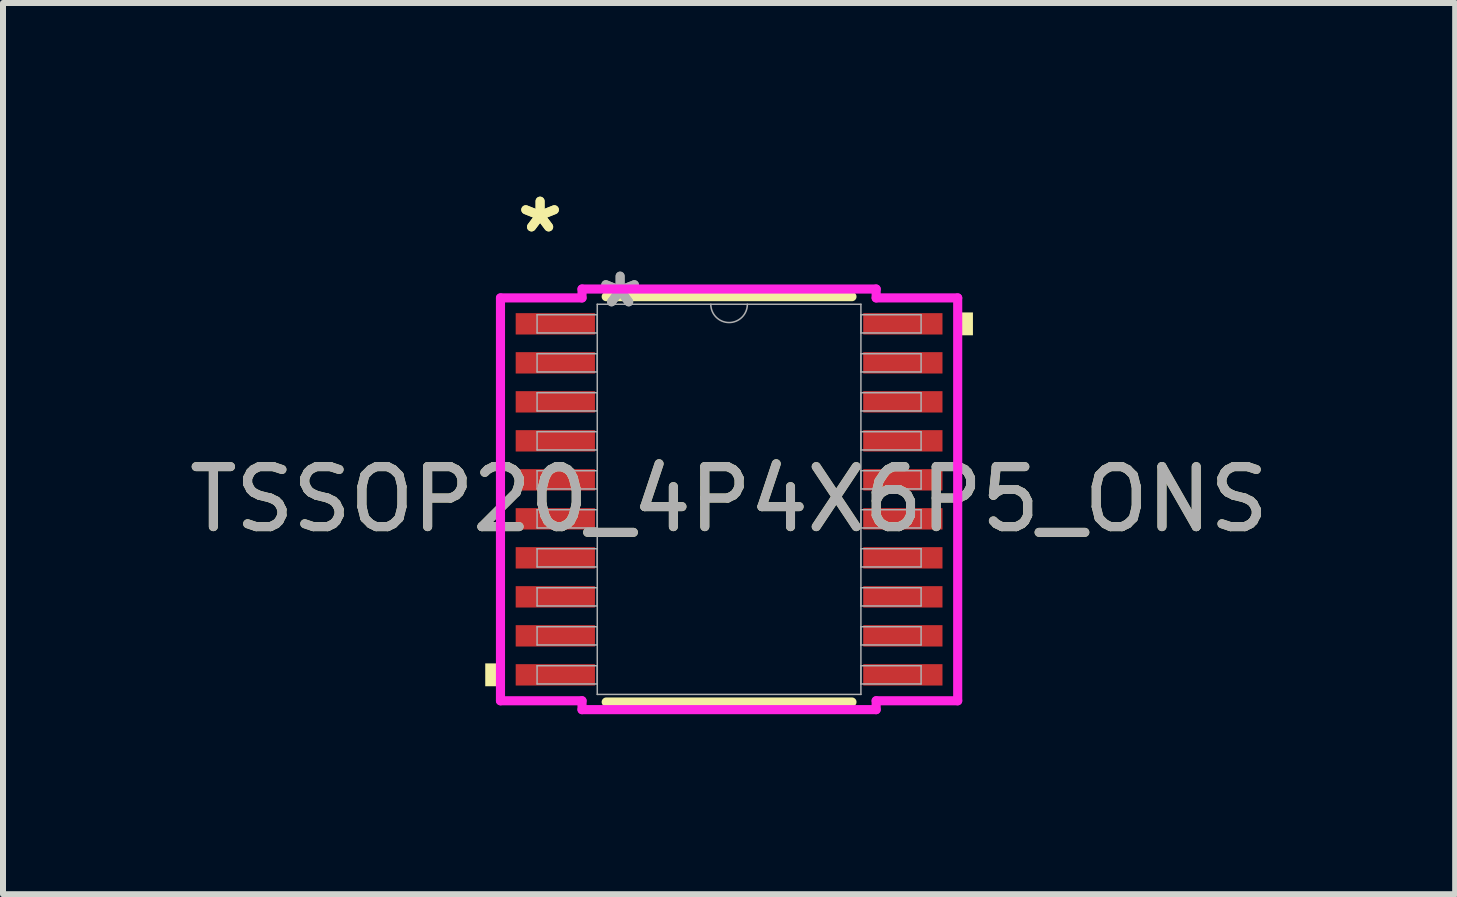
<source format=kicad_pcb>
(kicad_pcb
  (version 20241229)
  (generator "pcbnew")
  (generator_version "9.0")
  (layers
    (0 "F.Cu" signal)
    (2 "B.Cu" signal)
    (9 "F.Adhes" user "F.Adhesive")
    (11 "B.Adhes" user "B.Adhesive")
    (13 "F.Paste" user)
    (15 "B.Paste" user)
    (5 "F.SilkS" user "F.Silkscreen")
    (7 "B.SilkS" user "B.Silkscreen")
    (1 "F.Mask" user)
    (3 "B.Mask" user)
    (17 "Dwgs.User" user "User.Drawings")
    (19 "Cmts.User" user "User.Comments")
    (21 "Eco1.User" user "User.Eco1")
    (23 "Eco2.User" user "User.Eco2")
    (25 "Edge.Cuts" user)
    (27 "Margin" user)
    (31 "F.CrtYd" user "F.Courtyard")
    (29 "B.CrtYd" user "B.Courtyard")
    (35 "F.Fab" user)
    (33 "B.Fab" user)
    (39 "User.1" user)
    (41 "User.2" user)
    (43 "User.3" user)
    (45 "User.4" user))
  (footprint "TSSOP20_4P4X6P5_ONS"
    (layer "F.Cu")
    (at 9.101 5.272)
    (property "Reference" "TSSOP20_4P4X6P5_ONS" (at 0 0 0) (unlocked yes) (layer "F.SilkS") (effects (font (size 1 1) (thickness 0.15))))
    (attr smd)
    (fp_line (start -2.048 3.378) (end 2.048 3.378) (stroke (width 0.152) (type solid)) (layer "F.SilkS"))
    (fp_line (start 2.048 -3.378) (end -2.048 -3.378) (stroke (width 0.152) (type solid)) (layer "F.SilkS"))
    (fp_poly (pts (xy -4.064 2.734) (xy -4.064 3.115) (xy -3.81 3.115) (xy -3.81 2.734)) (stroke (width 0) (type solid)) (fill yes) (layer "F.SilkS"))
    (fp_poly (pts (xy 4.064 -3.115) (xy 4.064 -2.734) (xy 3.81 -2.734) (xy 3.81 -3.115)) (stroke (width 0) (type solid)) (fill yes) (layer "F.SilkS"))
    (fp_line (start -3.81 -3.357) (end -2.451 -3.357) (stroke (width 0.152) (type solid)) (layer "F.CrtYd"))
    (fp_line (start -3.81 3.357) (end -3.81 -3.357) (stroke (width 0.152) (type solid)) (layer "F.CrtYd"))
    (fp_line (start -3.81 3.357) (end -2.451 3.357) (stroke (width 0.152) (type solid)) (layer "F.CrtYd"))
    (fp_line (start -2.451 -3.505) (end 2.451 -3.505) (stroke (width 0.152) (type solid)) (layer "F.CrtYd"))
    (fp_line (start -2.451 -3.357) (end -2.451 -3.505) (stroke (width 0.152) (type solid)) (layer "F.CrtYd"))
    (fp_line (start -2.451 3.505) (end -2.451 3.357) (stroke (width 0.152) (type solid)) (layer "F.CrtYd"))
    (fp_line (start 2.451 -3.505) (end 2.451 -3.357) (stroke (width 0.152) (type solid)) (layer "F.CrtYd"))
    (fp_line (start 2.451 3.357) (end 2.451 3.505) (stroke (width 0.152) (type solid)) (layer "F.CrtYd"))
    (fp_line (start 2.451 3.505) (end -2.451 3.505) (stroke (width 0.152) (type solid)) (layer "F.CrtYd"))
    (fp_line (start 3.81 -3.357) (end 2.451 -3.357) (stroke (width 0.152) (type solid)) (layer "F.CrtYd"))
    (fp_line (start 3.81 -3.357) (end 3.81 3.357) (stroke (width 0.152) (type solid)) (layer "F.CrtYd"))
    (fp_line (start 3.81 3.357) (end 2.451 3.357) (stroke (width 0.152) (type solid)) (layer "F.CrtYd"))
    (fp_line (start -3.2 -3.077) (end -3.2 -2.773) (stroke (width 0.025) (type solid)) (layer "F.Fab"))
    (fp_line (start -3.2 -2.773) (end -2.197 -2.773) (stroke (width 0.025) (type solid)) (layer "F.Fab"))
    (fp_line (start -3.2 -2.427) (end -3.2 -2.123) (stroke (width 0.025) (type solid)) (layer "F.Fab"))
    (fp_line (start -3.2 -2.123) (end -2.197 -2.123) (stroke (width 0.025) (type solid)) (layer "F.Fab"))
    (fp_line (start -3.2 -1.777) (end -3.2 -1.473) (stroke (width 0.025) (type solid)) (layer "F.Fab"))
    (fp_line (start -3.2 -1.473) (end -2.197 -1.473) (stroke (width 0.025) (type solid)) (layer "F.Fab"))
    (fp_line (start -3.2 -1.127) (end -3.2 -0.823) (stroke (width 0.025) (type solid)) (layer "F.Fab"))
    (fp_line (start -3.2 -0.823) (end -2.197 -0.823) (stroke (width 0.025) (type solid)) (layer "F.Fab"))
    (fp_line (start -3.2 -0.477) (end -3.2 -0.173) (stroke (width 0.025) (type solid)) (layer "F.Fab"))
    (fp_line (start -3.2 -0.173) (end -2.197 -0.173) (stroke (width 0.025) (type solid)) (layer "F.Fab"))
    (fp_line (start -3.2 0.173) (end -3.2 0.477) (stroke (width 0.025) (type solid)) (layer "F.Fab"))
    (fp_line (start -3.2 0.477) (end -2.197 0.477) (stroke (width 0.025) (type solid)) (layer "F.Fab"))
    (fp_line (start -3.2 0.823) (end -3.2 1.127) (stroke (width 0.025) (type solid)) (layer "F.Fab"))
    (fp_line (start -3.2 1.127) (end -2.197 1.127) (stroke (width 0.025) (type solid)) (layer "F.Fab"))
    (fp_line (start -3.2 1.473) (end -3.2 1.777) (stroke (width 0.025) (type solid)) (layer "F.Fab"))
    (fp_line (start -3.2 1.777) (end -2.197 1.777) (stroke (width 0.025) (type solid)) (layer "F.Fab"))
    (fp_line (start -3.2 2.123) (end -3.2 2.427) (stroke (width 0.025) (type solid)) (layer "F.Fab"))
    (fp_line (start -3.2 2.427) (end -2.197 2.427) (stroke (width 0.025) (type solid)) (layer "F.Fab"))
    (fp_line (start -3.2 2.773) (end -3.2 3.077) (stroke (width 0.025) (type solid)) (layer "F.Fab"))
    (fp_line (start -3.2 3.077) (end -2.197 3.077) (stroke (width 0.025) (type solid)) (layer "F.Fab"))
    (fp_line (start -2.197 -3.251) (end -2.197 3.251) (stroke (width 0.025) (type solid)) (layer "F.Fab"))
    (fp_line (start -2.197 -3.077) (end -3.2 -3.077) (stroke (width 0.025) (type solid)) (layer "F.Fab"))
    (fp_line (start -2.197 -2.773) (end -2.197 -3.077) (stroke (width 0.025) (type solid)) (layer "F.Fab"))
    (fp_line (start -2.197 -2.427) (end -3.2 -2.427) (stroke (width 0.025) (type solid)) (layer "F.Fab"))
    (fp_line (start -2.197 -2.123) (end -2.197 -2.427) (stroke (width 0.025) (type solid)) (layer "F.Fab"))
    (fp_line (start -2.197 -1.777) (end -3.2 -1.777) (stroke (width 0.025) (type solid)) (layer "F.Fab"))
    (fp_line (start -2.197 -1.473) (end -2.197 -1.777) (stroke (width 0.025) (type solid)) (layer "F.Fab"))
    (fp_line (start -2.197 -1.127) (end -3.2 -1.127) (stroke (width 0.025) (type solid)) (layer "F.Fab"))
    (fp_line (start -2.197 -0.823) (end -2.197 -1.127) (stroke (width 0.025) (type solid)) (layer "F.Fab"))
    (fp_line (start -2.197 -0.477) (end -3.2 -0.477) (stroke (width 0.025) (type solid)) (layer "F.Fab"))
    (fp_line (start -2.197 -0.173) (end -2.197 -0.477) (stroke (width 0.025) (type solid)) (layer "F.Fab"))
    (fp_line (start -2.197 0.173) (end -3.2 0.173) (stroke (width 0.025) (type solid)) (layer "F.Fab"))
    (fp_line (start -2.197 0.477) (end -2.197 0.173) (stroke (width 0.025) (type solid)) (layer "F.Fab"))
    (fp_line (start -2.197 0.823) (end -3.2 0.823) (stroke (width 0.025) (type solid)) (layer "F.Fab"))
    (fp_line (start -2.197 1.127) (end -2.197 0.823) (stroke (width 0.025) (type solid)) (layer "F.Fab"))
    (fp_line (start -2.197 1.473) (end -3.2 1.473) (stroke (width 0.025) (type solid)) (layer "F.Fab"))
    (fp_line (start -2.197 1.777) (end -2.197 1.473) (stroke (width 0.025) (type solid)) (layer "F.Fab"))
    (fp_line (start -2.197 2.123) (end -3.2 2.123) (stroke (width 0.025) (type solid)) (layer "F.Fab"))
    (fp_line (start -2.197 2.427) (end -2.197 2.123) (stroke (width 0.025) (type solid)) (layer "F.Fab"))
    (fp_line (start -2.197 2.773) (end -3.2 2.773) (stroke (width 0.025) (type solid)) (layer "F.Fab"))
    (fp_line (start -2.197 3.077) (end -2.197 2.773) (stroke (width 0.025) (type solid)) (layer "F.Fab"))
    (fp_line (start -2.197 3.251) (end 2.197 3.251) (stroke (width 0.025) (type solid)) (layer "F.Fab"))
    (fp_line (start 2.197 -3.251) (end -2.197 -3.251) (stroke (width 0.025) (type solid)) (layer "F.Fab"))
    (fp_line (start 2.197 -3.077) (end 2.197 -2.773) (stroke (width 0.025) (type solid)) (layer "F.Fab"))
    (fp_line (start 2.197 -2.773) (end 3.2 -2.773) (stroke (width 0.025) (type solid)) (layer "F.Fab"))
    (fp_line (start 2.197 -2.427) (end 2.197 -2.123) (stroke (width 0.025) (type solid)) (layer "F.Fab"))
    (fp_line (start 2.197 -2.123) (end 3.2 -2.123) (stroke (width 0.025) (type solid)) (layer "F.Fab"))
    (fp_line (start 2.197 -1.777) (end 2.197 -1.473) (stroke (width 0.025) (type solid)) (layer "F.Fab"))
    (fp_line (start 2.197 -1.473) (end 3.2 -1.473) (stroke (width 0.025) (type solid)) (layer "F.Fab"))
    (fp_line (start 2.197 -1.127) (end 2.197 -0.823) (stroke (width 0.025) (type solid)) (layer "F.Fab"))
    (fp_line (start 2.197 -0.823) (end 3.2 -0.823) (stroke (width 0.025) (type solid)) (layer "F.Fab"))
    (fp_line (start 2.197 -0.477) (end 2.197 -0.173) (stroke (width 0.025) (type solid)) (layer "F.Fab"))
    (fp_line (start 2.197 -0.173) (end 3.2 -0.173) (stroke (width 0.025) (type solid)) (layer "F.Fab"))
    (fp_line (start 2.197 0.173) (end 2.197 0.477) (stroke (width 0.025) (type solid)) (layer "F.Fab"))
    (fp_line (start 2.197 0.477) (end 3.2 0.477) (stroke (width 0.025) (type solid)) (layer "F.Fab"))
    (fp_line (start 2.197 0.823) (end 2.197 1.127) (stroke (width 0.025) (type solid)) (layer "F.Fab"))
    (fp_line (start 2.197 1.127) (end 3.2 1.127) (stroke (width 0.025) (type solid)) (layer "F.Fab"))
    (fp_line (start 2.197 1.473) (end 2.197 1.777) (stroke (width 0.025) (type solid)) (layer "F.Fab"))
    (fp_line (start 2.197 1.777) (end 3.2 1.777) (stroke (width 0.025) (type solid)) (layer "F.Fab"))
    (fp_line (start 2.197 2.123) (end 2.197 2.427) (stroke (width 0.025) (type solid)) (layer "F.Fab"))
    (fp_line (start 2.197 2.427) (end 3.2 2.427) (stroke (width 0.025) (type solid)) (layer "F.Fab"))
    (fp_line (start 2.197 2.773) (end 2.197 3.077) (stroke (width 0.025) (type solid)) (layer "F.Fab"))
    (fp_line (start 2.197 3.077) (end 3.2 3.077) (stroke (width 0.025) (type solid)) (layer "F.Fab"))
    (fp_line (start 2.197 3.251) (end 2.197 -3.251) (stroke (width 0.025) (type solid)) (layer "F.Fab"))
    (fp_line (start 3.2 -3.077) (end 2.197 -3.077) (stroke (width 0.025) (type solid)) (layer "F.Fab"))
    (fp_line (start 3.2 -2.773) (end 3.2 -3.077) (stroke (width 0.025) (type solid)) (layer "F.Fab"))
    (fp_line (start 3.2 -2.427) (end 2.197 -2.427) (stroke (width 0.025) (type solid)) (layer "F.Fab"))
    (fp_line (start 3.2 -2.123) (end 3.2 -2.427) (stroke (width 0.025) (type solid)) (layer "F.Fab"))
    (fp_line (start 3.2 -1.777) (end 2.197 -1.777) (stroke (width 0.025) (type solid)) (layer "F.Fab"))
    (fp_line (start 3.2 -1.473) (end 3.2 -1.777) (stroke (width 0.025) (type solid)) (layer "F.Fab"))
    (fp_line (start 3.2 -1.127) (end 2.197 -1.127) (stroke (width 0.025) (type solid)) (layer "F.Fab"))
    (fp_line (start 3.2 -0.823) (end 3.2 -1.127) (stroke (width 0.025) (type solid)) (layer "F.Fab"))
    (fp_line (start 3.2 -0.477) (end 2.197 -0.477) (stroke (width 0.025) (type solid)) (layer "F.Fab"))
    (fp_line (start 3.2 -0.173) (end 3.2 -0.477) (stroke (width 0.025) (type solid)) (layer "F.Fab"))
    (fp_line (start 3.2 0.173) (end 2.197 0.173) (stroke (width 0.025) (type solid)) (layer "F.Fab"))
    (fp_line (start 3.2 0.477) (end 3.2 0.173) (stroke (width 0.025) (type solid)) (layer "F.Fab"))
    (fp_line (start 3.2 0.823) (end 2.197 0.823) (stroke (width 0.025) (type solid)) (layer "F.Fab"))
    (fp_line (start 3.2 1.127) (end 3.2 0.823) (stroke (width 0.025) (type solid)) (layer "F.Fab"))
    (fp_line (start 3.2 1.473) (end 2.197 1.473) (stroke (width 0.025) (type solid)) (layer "F.Fab"))
    (fp_line (start 3.2 1.777) (end 3.2 1.473) (stroke (width 0.025) (type solid)) (layer "F.Fab"))
    (fp_line (start 3.2 2.123) (end 2.197 2.123) (stroke (width 0.025) (type solid)) (layer "F.Fab"))
    (fp_line (start 3.2 2.427) (end 3.2 2.123) (stroke (width 0.025) (type solid)) (layer "F.Fab"))
    (fp_line (start 3.2 2.773) (end 2.197 2.773) (stroke (width 0.025) (type solid)) (layer "F.Fab"))
    (fp_line (start 3.2 3.077) (end 3.2 2.773) (stroke (width 0.025) (type solid)) (layer "F.Fab"))
    (fp_arc (start 0.3048 -3.2512) (mid 0 -2.9464) (end -0.3048 -3.2512) (stroke (width 0.0254) (type solid)) (layer "F.Fab"))
    (fp_text user "*" (at -3.15 -4.424 0) (unlocked yes) (layer "F.SilkS") (effects (font (size 1 1) (thickness 0.15))))
    (fp_text user "*" (at -3.15 -4.424 0) (layer "F.SilkS") (effects (font (size 1 1) (thickness 0.15))))
    (fp_text user "*" (at -1.816 -3.175 0) (unlocked yes) (layer "F.Fab") (effects (font (size 1 1) (thickness 0.15))))
    (fp_text user "${REFERENCE}" (at 0 0 0) (unlocked yes) (layer "F.Fab") (effects (font (size 1 1) (thickness 0.15))))
    (fp_text user "*" (at -1.816 -3.175 0) (layer "F.Fab") (effects (font (size 1 1) (thickness 0.15))))
    (pad "1" smd rect (at -2.896 -2.925) (size 1.321 0.356) (layers "F.Cu" "F.Mask" "F.Paste"))
    (pad "2" smd rect (at -2.896 -2.275) (size 1.321 0.356) (layers "F.Cu" "F.Mask" "F.Paste"))
    (pad "3" smd rect (at -2.896 -1.625) (size 1.321 0.356) (layers "F.Cu" "F.Mask" "F.Paste"))
    (pad "4" smd rect (at -2.896 -0.975) (size 1.321 0.356) (layers "F.Cu" "F.Mask" "F.Paste"))
    (pad "5" smd rect (at -2.896 -0.325) (size 1.321 0.356) (layers "F.Cu" "F.Mask" "F.Paste"))
    (pad "6" smd rect (at -2.896 0.325) (size 1.321 0.356) (layers "F.Cu" "F.Mask" "F.Paste"))
    (pad "7" smd rect (at -2.896 0.975) (size 1.321 0.356) (layers "F.Cu" "F.Mask" "F.Paste"))
    (pad "8" smd rect (at -2.896 1.625) (size 1.321 0.356) (layers "F.Cu" "F.Mask" "F.Paste"))
    (pad "9" smd rect (at -2.896 2.275) (size 1.321 0.356) (layers "F.Cu" "F.Mask" "F.Paste"))
    (pad "10" smd rect (at -2.896 2.925) (size 1.321 0.356) (layers "F.Cu" "F.Mask" "F.Paste"))
    (pad "11" smd rect (at 2.896 2.925) (size 1.321 0.356) (layers "F.Cu" "F.Mask" "F.Paste"))
    (pad "12" smd rect (at 2.896 2.275) (size 1.321 0.356) (layers "F.Cu" "F.Mask" "F.Paste"))
    (pad "13" smd rect (at 2.896 1.625) (size 1.321 0.356) (layers "F.Cu" "F.Mask" "F.Paste"))
    (pad "14" smd rect (at 2.896 0.975) (size 1.321 0.356) (layers "F.Cu" "F.Mask" "F.Paste"))
    (pad "15" smd rect (at 2.896 0.325) (size 1.321 0.356) (layers "F.Cu" "F.Mask" "F.Paste"))
    (pad "16" smd rect (at 2.896 -0.325) (size 1.321 0.356) (layers "F.Cu" "F.Mask" "F.Paste"))
    (pad "17" smd rect (at 2.896 -0.975) (size 1.321 0.356) (layers "F.Cu" "F.Mask" "F.Paste"))
    (pad "18" smd rect (at 2.896 -1.625) (size 1.321 0.356) (layers "F.Cu" "F.Mask" "F.Paste"))
    (pad "19" smd rect (at 2.896 -2.275) (size 1.321 0.356) (layers "F.Cu" "F.Mask" "F.Paste"))
    (pad "20" smd rect (at 2.896 -2.925) (size 1.321 0.356) (layers "F.Cu" "F.Mask" "F.Paste")))
  (gr_rect
    (start -3 -3)
    (end 21.202 11.853)
    (stroke (width 0.1) (type default))
    (fill no)
    (layer "Edge.Cuts")))
</source>
